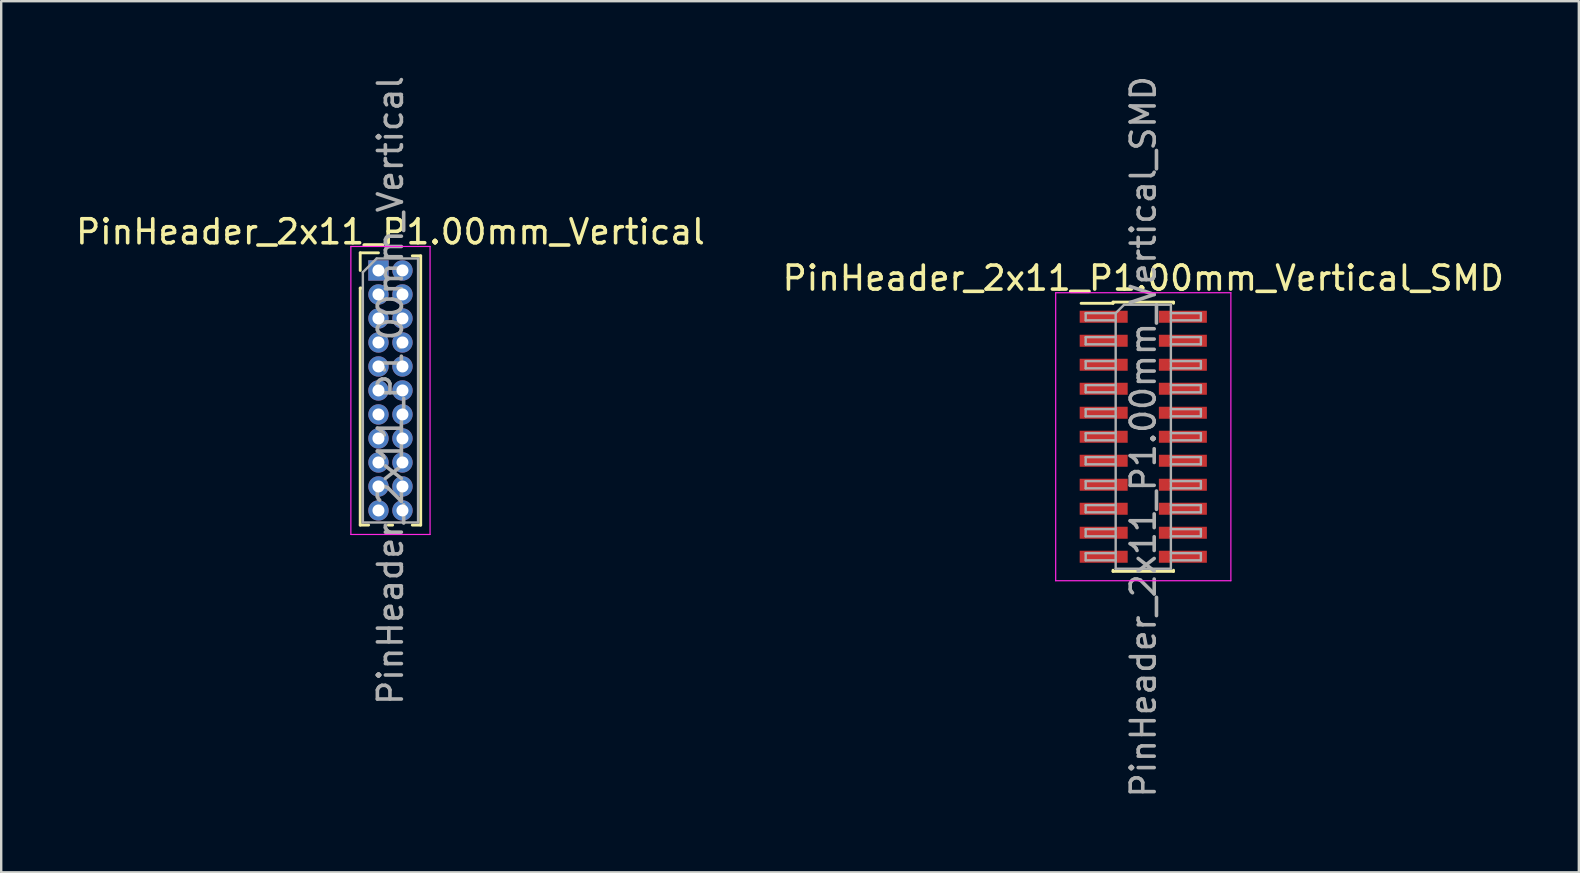
<source format=kicad_pcb>
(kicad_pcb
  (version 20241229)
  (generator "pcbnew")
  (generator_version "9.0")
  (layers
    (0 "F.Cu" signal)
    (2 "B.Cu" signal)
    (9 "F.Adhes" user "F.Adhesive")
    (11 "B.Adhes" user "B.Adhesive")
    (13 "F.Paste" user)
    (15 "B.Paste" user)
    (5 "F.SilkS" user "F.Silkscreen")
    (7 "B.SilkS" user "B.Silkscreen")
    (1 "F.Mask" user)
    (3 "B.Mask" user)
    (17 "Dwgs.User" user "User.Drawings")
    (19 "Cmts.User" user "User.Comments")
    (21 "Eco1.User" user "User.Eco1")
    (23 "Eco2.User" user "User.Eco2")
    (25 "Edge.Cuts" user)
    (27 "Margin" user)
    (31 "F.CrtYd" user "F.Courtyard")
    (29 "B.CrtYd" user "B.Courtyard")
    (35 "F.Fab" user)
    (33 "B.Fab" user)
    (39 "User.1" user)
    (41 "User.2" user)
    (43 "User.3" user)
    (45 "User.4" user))
  (footprint "PinHeader_2x11_P1.00mm_Vertical"
    (layer "F.Cu")
    (at 12.72 8.22)
    (property "Reference" "PinHeader_2x11_P1.00mm_Vertical" (at 0.5 -1.61 0) (layer "F.SilkS") (effects (font (size 1 1) (thickness 0.15))))
    (attr through_hole)
    (fp_line (start -0.76 -0.735) (end 0 -0.735) (stroke (width 0.12) (type solid)) (layer "F.SilkS"))
    (fp_line (start -0.76 0) (end -0.76 -0.735) (stroke (width 0.12) (type solid)) (layer "F.SilkS"))
    (fp_line (start -0.76 0.735) (end -0.76 10.61) (stroke (width 0.12) (type solid)) (layer "F.SilkS"))
    (fp_line (start -0.76 0.735) (end -0.686 0.735) (stroke (width 0.12) (type solid)) (layer "F.SilkS"))
    (fp_line (start -0.76 10.61) (end -0.41 10.61) (stroke (width 0.12) (type solid)) (layer "F.SilkS"))
    (fp_line (start 0.41 10.61) (end 0.59 10.61) (stroke (width 0.12) (type solid)) (layer "F.SilkS"))
    (fp_line (start 1.41 -0.61) (end 1.76 -0.61) (stroke (width 0.12) (type solid)) (layer "F.SilkS"))
    (fp_line (start 1.41 10.61) (end 1.76 10.61) (stroke (width 0.12) (type solid)) (layer "F.SilkS"))
    (fp_line (start 1.76 -0.61) (end 1.76 10.61) (stroke (width 0.12) (type solid)) (layer "F.SilkS"))
    (fp_line (start -1.15 -1) (end -1.15 11) (stroke (width 0.05) (type solid)) (layer "F.CrtYd"))
    (fp_line (start -1.15 11) (end 2.15 11) (stroke (width 0.05) (type solid)) (layer "F.CrtYd"))
    (fp_line (start 2.15 -1) (end -1.15 -1) (stroke (width 0.05) (type solid)) (layer "F.CrtYd"))
    (fp_line (start 2.15 11) (end 2.15 -1) (stroke (width 0.05) (type solid)) (layer "F.CrtYd"))
    (fp_line (start -0.65 0.075) (end -0.075 -0.5) (stroke (width 0.1) (type solid)) (layer "F.Fab"))
    (fp_line (start -0.65 10.5) (end -0.65 0.075) (stroke (width 0.1) (type solid)) (layer "F.Fab"))
    (fp_line (start -0.075 -0.5) (end 1.65 -0.5) (stroke (width 0.1) (type solid)) (layer "F.Fab"))
    (fp_line (start 1.65 -0.5) (end 1.65 10.5) (stroke (width 0.1) (type solid)) (layer "F.Fab"))
    (fp_line (start 1.65 10.5) (end -0.65 10.5) (stroke (width 0.1) (type solid)) (layer "F.Fab"))
    (fp_text user "${REFERENCE}" (at 0.5 5 90) (layer "F.Fab") (effects (font (size 1 1) (thickness 0.15))))
    (pad "1" thru_hole rect (at 0 0) (size 0.85 0.85) (drill 0.5) (layers "*.Cu" "*.Mask"))
    (pad "2" thru_hole circle (at 1 0) (size 0.85 0.85) (drill 0.5) (layers "*.Cu" "*.Mask"))
    (pad "3" thru_hole circle (at 0 1) (size 0.85 0.85) (drill 0.5) (layers "*.Cu" "*.Mask"))
    (pad "4" thru_hole circle (at 1 1) (size 0.85 0.85) (drill 0.5) (layers "*.Cu" "*.Mask"))
    (pad "5" thru_hole circle (at 0 2) (size 0.85 0.85) (drill 0.5) (layers "*.Cu" "*.Mask"))
    (pad "6" thru_hole circle (at 1 2) (size 0.85 0.85) (drill 0.5) (layers "*.Cu" "*.Mask"))
    (pad "7" thru_hole circle (at 0 3) (size 0.85 0.85) (drill 0.5) (layers "*.Cu" "*.Mask"))
    (pad "8" thru_hole circle (at 1 3) (size 0.85 0.85) (drill 0.5) (layers "*.Cu" "*.Mask"))
    (pad "9" thru_hole circle (at 0 4) (size 0.85 0.85) (drill 0.5) (layers "*.Cu" "*.Mask"))
    (pad "10" thru_hole circle (at 1 4) (size 0.85 0.85) (drill 0.5) (layers "*.Cu" "*.Mask"))
    (pad "11" thru_hole circle (at 0 5) (size 0.85 0.85) (drill 0.5) (layers "*.Cu" "*.Mask"))
    (pad "12" thru_hole circle (at 1 5) (size 0.85 0.85) (drill 0.5) (layers "*.Cu" "*.Mask"))
    (pad "13" thru_hole circle (at 0 6) (size 0.85 0.85) (drill 0.5) (layers "*.Cu" "*.Mask"))
    (pad "14" thru_hole circle (at 1 6) (size 0.85 0.85) (drill 0.5) (layers "*.Cu" "*.Mask"))
    (pad "15" thru_hole circle (at 0 7) (size 0.85 0.85) (drill 0.5) (layers "*.Cu" "*.Mask"))
    (pad "16" thru_hole circle (at 1 7) (size 0.85 0.85) (drill 0.5) (layers "*.Cu" "*.Mask"))
    (pad "17" thru_hole circle (at 0 8) (size 0.85 0.85) (drill 0.5) (layers "*.Cu" "*.Mask"))
    (pad "18" thru_hole circle (at 1 8) (size 0.85 0.85) (drill 0.5) (layers "*.Cu" "*.Mask"))
    (pad "19" thru_hole circle (at 0 9) (size 0.85 0.85) (drill 0.5) (layers "*.Cu" "*.Mask"))
    (pad "20" thru_hole circle (at 1 9) (size 0.85 0.85) (drill 0.5) (layers "*.Cu" "*.Mask"))
    (pad "21" thru_hole circle (at 0 10) (size 0.85 0.85) (drill 0.5) (layers "*.Cu" "*.Mask"))
    (pad "22" thru_hole circle (at 1 10) (size 0.85 0.85) (drill 0.5) (layers "*.Cu" "*.Mask")))
  (footprint "PinHeader_2x11_P1.00mm_Vertical_SMD"
    (layer "F.Cu")
    (at 44.589 15.149)
    (property "Reference" "PinHeader_2x11_P1.00mm_Vertical_SMD" (at 0 -6.61 0) (layer "F.SilkS") (effects (font (size 1 1) (thickness 0.15))))
    (attr smd)
    (fp_line (start -2.59 -5.56) (end -1.26 -5.56) (stroke (width 0.12) (type solid)) (layer "F.SilkS"))
    (fp_line (start -1.26 -5.61) (end -1.26 -5.56) (stroke (width 0.12) (type solid)) (layer "F.SilkS"))
    (fp_line (start -1.26 -5.61) (end 1.26 -5.61) (stroke (width 0.12) (type solid)) (layer "F.SilkS"))
    (fp_line (start -1.26 5.56) (end -1.26 5.61) (stroke (width 0.12) (type solid)) (layer "F.SilkS"))
    (fp_line (start -1.26 5.61) (end 1.26 5.61) (stroke (width 0.12) (type solid)) (layer "F.SilkS"))
    (fp_line (start 1.26 -5.61) (end 1.26 -5.56) (stroke (width 0.12) (type solid)) (layer "F.SilkS"))
    (fp_line (start 1.26 5.56) (end 1.26 5.61) (stroke (width 0.12) (type solid)) (layer "F.SilkS"))
    (fp_line (start -3.65 -6) (end -3.65 6) (stroke (width 0.05) (type solid)) (layer "F.CrtYd"))
    (fp_line (start -3.65 6) (end 3.65 6) (stroke (width 0.05) (type solid)) (layer "F.CrtYd"))
    (fp_line (start 3.65 -6) (end -3.65 -6) (stroke (width 0.05) (type solid)) (layer "F.CrtYd"))
    (fp_line (start 3.65 6) (end 3.65 -6) (stroke (width 0.05) (type solid)) (layer "F.CrtYd"))
    (fp_line (start -2.4 -5.15) (end -2.4 -4.85) (stroke (width 0.1) (type solid)) (layer "F.Fab"))
    (fp_line (start -2.4 -4.85) (end -1.15 -4.85) (stroke (width 0.1) (type solid)) (layer "F.Fab"))
    (fp_line (start -2.4 -4.15) (end -2.4 -3.85) (stroke (width 0.1) (type solid)) (layer "F.Fab"))
    (fp_line (start -2.4 -3.85) (end -1.15 -3.85) (stroke (width 0.1) (type solid)) (layer "F.Fab"))
    (fp_line (start -2.4 -3.15) (end -2.4 -2.85) (stroke (width 0.1) (type solid)) (layer "F.Fab"))
    (fp_line (start -2.4 -2.85) (end -1.15 -2.85) (stroke (width 0.1) (type solid)) (layer "F.Fab"))
    (fp_line (start -2.4 -2.15) (end -2.4 -1.85) (stroke (width 0.1) (type solid)) (layer "F.Fab"))
    (fp_line (start -2.4 -1.85) (end -1.15 -1.85) (stroke (width 0.1) (type solid)) (layer "F.Fab"))
    (fp_line (start -2.4 -1.15) (end -2.4 -0.85) (stroke (width 0.1) (type solid)) (layer "F.Fab"))
    (fp_line (start -2.4 -0.85) (end -1.15 -0.85) (stroke (width 0.1) (type solid)) (layer "F.Fab"))
    (fp_line (start -2.4 -0.15) (end -2.4 0.15) (stroke (width 0.1) (type solid)) (layer "F.Fab"))
    (fp_line (start -2.4 0.15) (end -1.15 0.15) (stroke (width 0.1) (type solid)) (layer "F.Fab"))
    (fp_line (start -2.4 0.85) (end -2.4 1.15) (stroke (width 0.1) (type solid)) (layer "F.Fab"))
    (fp_line (start -2.4 1.15) (end -1.15 1.15) (stroke (width 0.1) (type solid)) (layer "F.Fab"))
    (fp_line (start -2.4 1.85) (end -2.4 2.15) (stroke (width 0.1) (type solid)) (layer "F.Fab"))
    (fp_line (start -2.4 2.15) (end -1.15 2.15) (stroke (width 0.1) (type solid)) (layer "F.Fab"))
    (fp_line (start -2.4 2.85) (end -2.4 3.15) (stroke (width 0.1) (type solid)) (layer "F.Fab"))
    (fp_line (start -2.4 3.15) (end -1.15 3.15) (stroke (width 0.1) (type solid)) (layer "F.Fab"))
    (fp_line (start -2.4 3.85) (end -2.4 4.15) (stroke (width 0.1) (type solid)) (layer "F.Fab"))
    (fp_line (start -2.4 4.15) (end -1.15 4.15) (stroke (width 0.1) (type solid)) (layer "F.Fab"))
    (fp_line (start -2.4 4.85) (end -2.4 5.15) (stroke (width 0.1) (type solid)) (layer "F.Fab"))
    (fp_line (start -2.4 5.15) (end -1.15 5.15) (stroke (width 0.1) (type solid)) (layer "F.Fab"))
    (fp_line (start -1.15 -5.15) (end -2.4 -5.15) (stroke (width 0.1) (type solid)) (layer "F.Fab"))
    (fp_line (start -1.15 -5.15) (end -0.8 -5.5) (stroke (width 0.1) (type solid)) (layer "F.Fab"))
    (fp_line (start -1.15 -4.15) (end -2.4 -4.15) (stroke (width 0.1) (type solid)) (layer "F.Fab"))
    (fp_line (start -1.15 -3.15) (end -2.4 -3.15) (stroke (width 0.1) (type solid)) (layer "F.Fab"))
    (fp_line (start -1.15 -2.15) (end -2.4 -2.15) (stroke (width 0.1) (type solid)) (layer "F.Fab"))
    (fp_line (start -1.15 -1.15) (end -2.4 -1.15) (stroke (width 0.1) (type solid)) (layer "F.Fab"))
    (fp_line (start -1.15 -0.15) (end -2.4 -0.15) (stroke (width 0.1) (type solid)) (layer "F.Fab"))
    (fp_line (start -1.15 0.85) (end -2.4 0.85) (stroke (width 0.1) (type solid)) (layer "F.Fab"))
    (fp_line (start -1.15 1.85) (end -2.4 1.85) (stroke (width 0.1) (type solid)) (layer "F.Fab"))
    (fp_line (start -1.15 2.85) (end -2.4 2.85) (stroke (width 0.1) (type solid)) (layer "F.Fab"))
    (fp_line (start -1.15 3.85) (end -2.4 3.85) (stroke (width 0.1) (type solid)) (layer "F.Fab"))
    (fp_line (start -1.15 4.85) (end -2.4 4.85) (stroke (width 0.1) (type solid)) (layer "F.Fab"))
    (fp_line (start -1.15 5.5) (end -1.15 -5.15) (stroke (width 0.1) (type solid)) (layer "F.Fab"))
    (fp_line (start -0.8 -5.5) (end 1.15 -5.5) (stroke (width 0.1) (type solid)) (layer "F.Fab"))
    (fp_line (start 1.15 -5.5) (end 1.15 5.5) (stroke (width 0.1) (type solid)) (layer "F.Fab"))
    (fp_line (start 1.15 -5.15) (end 2.4 -5.15) (stroke (width 0.1) (type solid)) (layer "F.Fab"))
    (fp_line (start 1.15 -4.15) (end 2.4 -4.15) (stroke (width 0.1) (type solid)) (layer "F.Fab"))
    (fp_line (start 1.15 -3.15) (end 2.4 -3.15) (stroke (width 0.1) (type solid)) (layer "F.Fab"))
    (fp_line (start 1.15 -2.15) (end 2.4 -2.15) (stroke (width 0.1) (type solid)) (layer "F.Fab"))
    (fp_line (start 1.15 -1.15) (end 2.4 -1.15) (stroke (width 0.1) (type solid)) (layer "F.Fab"))
    (fp_line (start 1.15 -0.15) (end 2.4 -0.15) (stroke (width 0.1) (type solid)) (layer "F.Fab"))
    (fp_line (start 1.15 0.85) (end 2.4 0.85) (stroke (width 0.1) (type solid)) (layer "F.Fab"))
    (fp_line (start 1.15 1.85) (end 2.4 1.85) (stroke (width 0.1) (type solid)) (layer "F.Fab"))
    (fp_line (start 1.15 2.85) (end 2.4 2.85) (stroke (width 0.1) (type solid)) (layer "F.Fab"))
    (fp_line (start 1.15 3.85) (end 2.4 3.85) (stroke (width 0.1) (type solid)) (layer "F.Fab"))
    (fp_line (start 1.15 4.85) (end 2.4 4.85) (stroke (width 0.1) (type solid)) (layer "F.Fab"))
    (fp_line (start 1.15 5.5) (end -1.15 5.5) (stroke (width 0.1) (type solid)) (layer "F.Fab"))
    (fp_line (start 2.4 -5.15) (end 2.4 -4.85) (stroke (width 0.1) (type solid)) (layer "F.Fab"))
    (fp_line (start 2.4 -4.85) (end 1.15 -4.85) (stroke (width 0.1) (type solid)) (layer "F.Fab"))
    (fp_line (start 2.4 -4.15) (end 2.4 -3.85) (stroke (width 0.1) (type solid)) (layer "F.Fab"))
    (fp_line (start 2.4 -3.85) (end 1.15 -3.85) (stroke (width 0.1) (type solid)) (layer "F.Fab"))
    (fp_line (start 2.4 -3.15) (end 2.4 -2.85) (stroke (width 0.1) (type solid)) (layer "F.Fab"))
    (fp_line (start 2.4 -2.85) (end 1.15 -2.85) (stroke (width 0.1) (type solid)) (layer "F.Fab"))
    (fp_line (start 2.4 -2.15) (end 2.4 -1.85) (stroke (width 0.1) (type solid)) (layer "F.Fab"))
    (fp_line (start 2.4 -1.85) (end 1.15 -1.85) (stroke (width 0.1) (type solid)) (layer "F.Fab"))
    (fp_line (start 2.4 -1.15) (end 2.4 -0.85) (stroke (width 0.1) (type solid)) (layer "F.Fab"))
    (fp_line (start 2.4 -0.85) (end 1.15 -0.85) (stroke (width 0.1) (type solid)) (layer "F.Fab"))
    (fp_line (start 2.4 -0.15) (end 2.4 0.15) (stroke (width 0.1) (type solid)) (layer "F.Fab"))
    (fp_line (start 2.4 0.15) (end 1.15 0.15) (stroke (width 0.1) (type solid)) (layer "F.Fab"))
    (fp_line (start 2.4 0.85) (end 2.4 1.15) (stroke (width 0.1) (type solid)) (layer "F.Fab"))
    (fp_line (start 2.4 1.15) (end 1.15 1.15) (stroke (width 0.1) (type solid)) (layer "F.Fab"))
    (fp_line (start 2.4 1.85) (end 2.4 2.15) (stroke (width 0.1) (type solid)) (layer "F.Fab"))
    (fp_line (start 2.4 2.15) (end 1.15 2.15) (stroke (width 0.1) (type solid)) (layer "F.Fab"))
    (fp_line (start 2.4 2.85) (end 2.4 3.15) (stroke (width 0.1) (type solid)) (layer "F.Fab"))
    (fp_line (start 2.4 3.15) (end 1.15 3.15) (stroke (width 0.1) (type solid)) (layer "F.Fab"))
    (fp_line (start 2.4 3.85) (end 2.4 4.15) (stroke (width 0.1) (type solid)) (layer "F.Fab"))
    (fp_line (start 2.4 4.15) (end 1.15 4.15) (stroke (width 0.1) (type solid)) (layer "F.Fab"))
    (fp_line (start 2.4 4.85) (end 2.4 5.15) (stroke (width 0.1) (type solid)) (layer "F.Fab"))
    (fp_line (start 2.4 5.15) (end 1.15 5.15) (stroke (width 0.1) (type solid)) (layer "F.Fab"))
    (fp_text user "${REFERENCE}" (at 0 0 90) (layer "F.Fab") (effects (font (size 1 1) (thickness 0.15))))
    (pad "1" smd rect (at -1.65 -5) (size 2 0.5) (layers "F.Cu" "F.Mask" "F.Paste"))
    (pad "2" smd rect (at 1.65 -5) (size 2 0.5) (layers "F.Cu" "F.Mask" "F.Paste"))
    (pad "3" smd rect (at -1.65 -4) (size 2 0.5) (layers "F.Cu" "F.Mask" "F.Paste"))
    (pad "4" smd rect (at 1.65 -4) (size 2 0.5) (layers "F.Cu" "F.Mask" "F.Paste"))
    (pad "5" smd rect (at -1.65 -3) (size 2 0.5) (layers "F.Cu" "F.Mask" "F.Paste"))
    (pad "6" smd rect (at 1.65 -3) (size 2 0.5) (layers "F.Cu" "F.Mask" "F.Paste"))
    (pad "7" smd rect (at -1.65 -2) (size 2 0.5) (layers "F.Cu" "F.Mask" "F.Paste"))
    (pad "8" smd rect (at 1.65 -2) (size 2 0.5) (layers "F.Cu" "F.Mask" "F.Paste"))
    (pad "9" smd rect (at -1.65 -1) (size 2 0.5) (layers "F.Cu" "F.Mask" "F.Paste"))
    (pad "10" smd rect (at 1.65 -1) (size 2 0.5) (layers "F.Cu" "F.Mask" "F.Paste"))
    (pad "11" smd rect (at -1.65 0) (size 2 0.5) (layers "F.Cu" "F.Mask" "F.Paste"))
    (pad "12" smd rect (at 1.65 0) (size 2 0.5) (layers "F.Cu" "F.Mask" "F.Paste"))
    (pad "13" smd rect (at -1.65 1) (size 2 0.5) (layers "F.Cu" "F.Mask" "F.Paste"))
    (pad "14" smd rect (at 1.65 1) (size 2 0.5) (layers "F.Cu" "F.Mask" "F.Paste"))
    (pad "15" smd rect (at -1.65 2) (size 2 0.5) (layers "F.Cu" "F.Mask" "F.Paste"))
    (pad "16" smd rect (at 1.65 2) (size 2 0.5) (layers "F.Cu" "F.Mask" "F.Paste"))
    (pad "17" smd rect (at -1.65 3) (size 2 0.5) (layers "F.Cu" "F.Mask" "F.Paste"))
    (pad "18" smd rect (at 1.65 3) (size 2 0.5) (layers "F.Cu" "F.Mask" "F.Paste"))
    (pad "19" smd rect (at -1.65 4) (size 2 0.5) (layers "F.Cu" "F.Mask" "F.Paste"))
    (pad "20" smd rect (at 1.65 4) (size 2 0.5) (layers "F.Cu" "F.Mask" "F.Paste"))
    (pad "21" smd rect (at -1.65 5) (size 2 0.5) (layers "F.Cu" "F.Mask" "F.Paste"))
    (pad "22" smd rect (at 1.65 5) (size 2 0.5) (layers "F.Cu" "F.Mask" "F.Paste")))
  (gr_rect
    (start -3 -3)
    (end 62.738 33.298)
    (stroke (width 0.1) (type default))
    (fill no)
    (layer "Edge.Cuts")))
</source>
